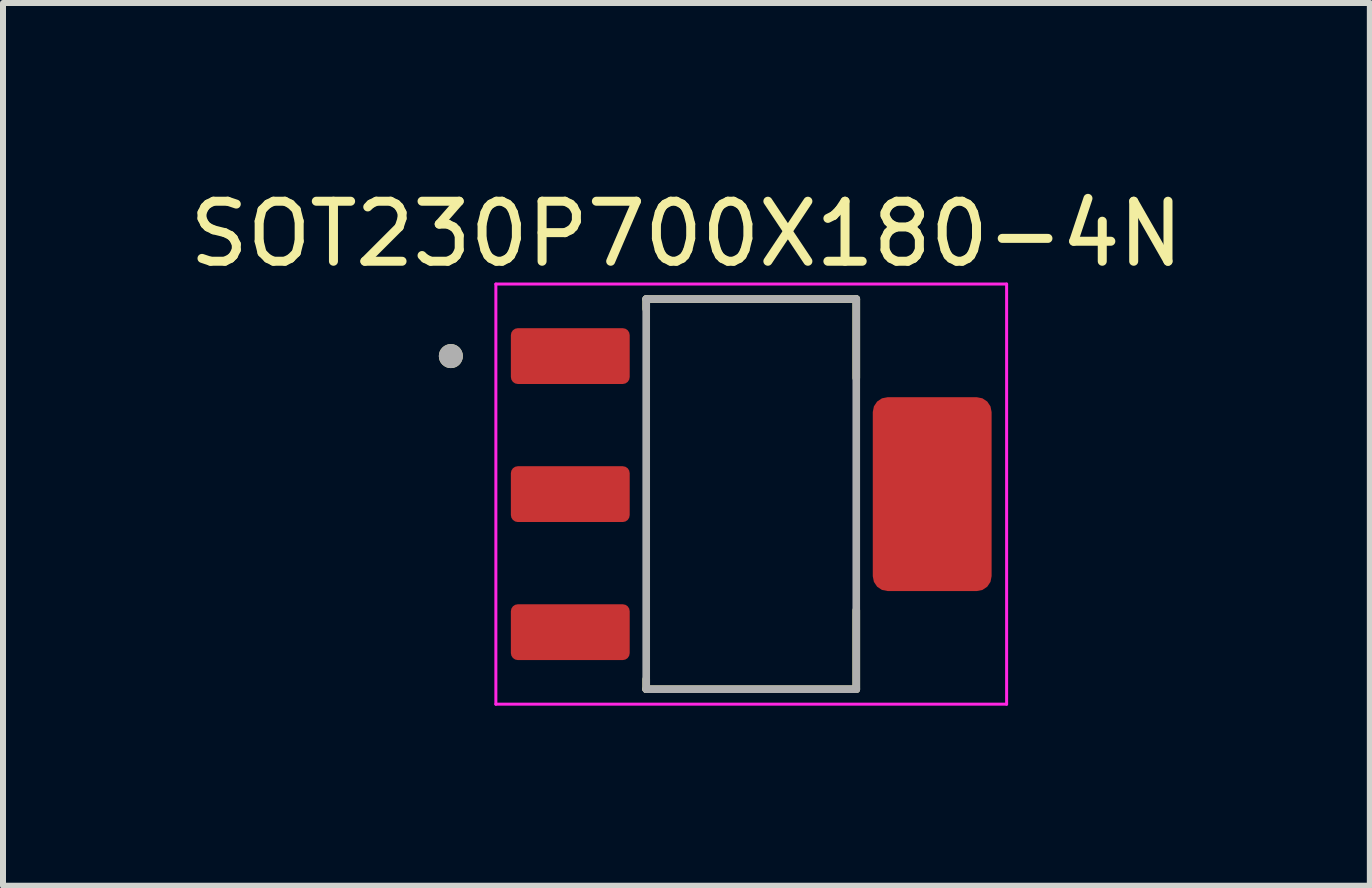
<source format=kicad_pcb>
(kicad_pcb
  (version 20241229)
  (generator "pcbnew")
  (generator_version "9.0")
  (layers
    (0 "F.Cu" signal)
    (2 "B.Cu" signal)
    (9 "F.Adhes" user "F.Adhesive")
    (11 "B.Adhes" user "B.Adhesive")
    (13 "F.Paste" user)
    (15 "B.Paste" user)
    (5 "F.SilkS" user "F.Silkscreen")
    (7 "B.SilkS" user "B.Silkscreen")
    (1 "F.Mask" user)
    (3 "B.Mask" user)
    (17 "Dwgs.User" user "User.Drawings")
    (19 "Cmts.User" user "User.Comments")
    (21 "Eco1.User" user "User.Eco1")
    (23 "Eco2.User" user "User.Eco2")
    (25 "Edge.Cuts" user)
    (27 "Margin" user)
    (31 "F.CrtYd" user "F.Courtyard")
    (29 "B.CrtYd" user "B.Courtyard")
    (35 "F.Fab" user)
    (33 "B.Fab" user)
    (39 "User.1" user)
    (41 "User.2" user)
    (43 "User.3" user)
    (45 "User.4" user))
  (footprint "SOT230P700X180-4N"
    (layer "F.Cu")
    (at 9.467 5.183)
    (property "Reference" "SOT230P700X180-4N" (at -1.08 -4.335 0) (layer "F.SilkS") (effects (font (size 1 1) (thickness 0.15))))
    (attr smd)
    (fp_line (start -1.75 -3.25) (end -1.75 -3.085) (stroke (width 0.127) (type solid)) (layer "F.SilkS"))
    (fp_line (start -1.75 3.25) (end -1.75 3.085) (stroke (width 0.127) (type solid)) (layer "F.SilkS"))
    (fp_line (start -1.75 3.25) (end 1.75 3.25) (stroke (width 0.127) (type solid)) (layer "F.SilkS"))
    (fp_line (start 1.75 -3.25) (end -1.75 -3.25) (stroke (width 0.127) (type solid)) (layer "F.SilkS"))
    (fp_line (start 1.75 -1.935) (end 1.75 -3.25) (stroke (width 0.127) (type solid)) (layer "F.SilkS"))
    (fp_line (start 1.75 3.25) (end 1.75 1.935) (stroke (width 0.127) (type solid)) (layer "F.SilkS"))
    (fp_circle (center -5.005 -2.3) (end -4.905 -2.3) (stroke (width 0.2) (type solid)) (fill no) (layer "F.SilkS"))
    (fp_line (start -4.255 -3.5) (end -4.255 3.5) (stroke (width 0.05) (type solid)) (layer "F.CrtYd"))
    (fp_line (start -4.255 3.5) (end 4.255 3.5) (stroke (width 0.05) (type solid)) (layer "F.CrtYd"))
    (fp_line (start 4.255 -3.5) (end -4.255 -3.5) (stroke (width 0.05) (type solid)) (layer "F.CrtYd"))
    (fp_line (start 4.255 3.5) (end 4.255 -3.5) (stroke (width 0.05) (type solid)) (layer "F.CrtYd"))
    (fp_line (start -1.75 -3.25) (end -1.75 3.25) (stroke (width 0.127) (type solid)) (layer "F.Fab"))
    (fp_line (start -1.75 3.25) (end 1.75 3.25) (stroke (width 0.127) (type solid)) (layer "F.Fab"))
    (fp_line (start 1.75 -3.25) (end -1.75 -3.25) (stroke (width 0.127) (type solid)) (layer "F.Fab"))
    (fp_line (start 1.75 3.25) (end 1.75 -3.25) (stroke (width 0.127) (type solid)) (layer "F.Fab"))
    (fp_circle (center -5.005 -2.3) (end -4.905 -2.3) (stroke (width 0.2) (type solid)) (fill no) (layer "F.Fab"))
    (pad "1" smd roundrect (at -3.015 -2.3) (size 1.98 0.93) (layers "F.Cu" "F.Mask" "F.Paste") (roundrect_rratio 0.125))
    (pad "2" smd roundrect (at -3.015 0) (size 1.98 0.93) (layers "F.Cu" "F.Mask" "F.Paste") (roundrect_rratio 0.125))
    (pad "3" smd roundrect (at -3.015 2.3) (size 1.98 0.93) (layers "F.Cu" "F.Mask" "F.Paste") (roundrect_rratio 0.125))
    (pad "4" smd roundrect (at 3.015 0) (size 1.98 3.23) (layers "F.Cu" "F.Mask" "F.Paste") (roundrect_rratio 0.125)))
  (gr_rect
    (start -3 -3)
    (end 19.774 11.708)
    (stroke (width 0.1) (type default))
    (fill no)
    (layer "Edge.Cuts")))
</source>
